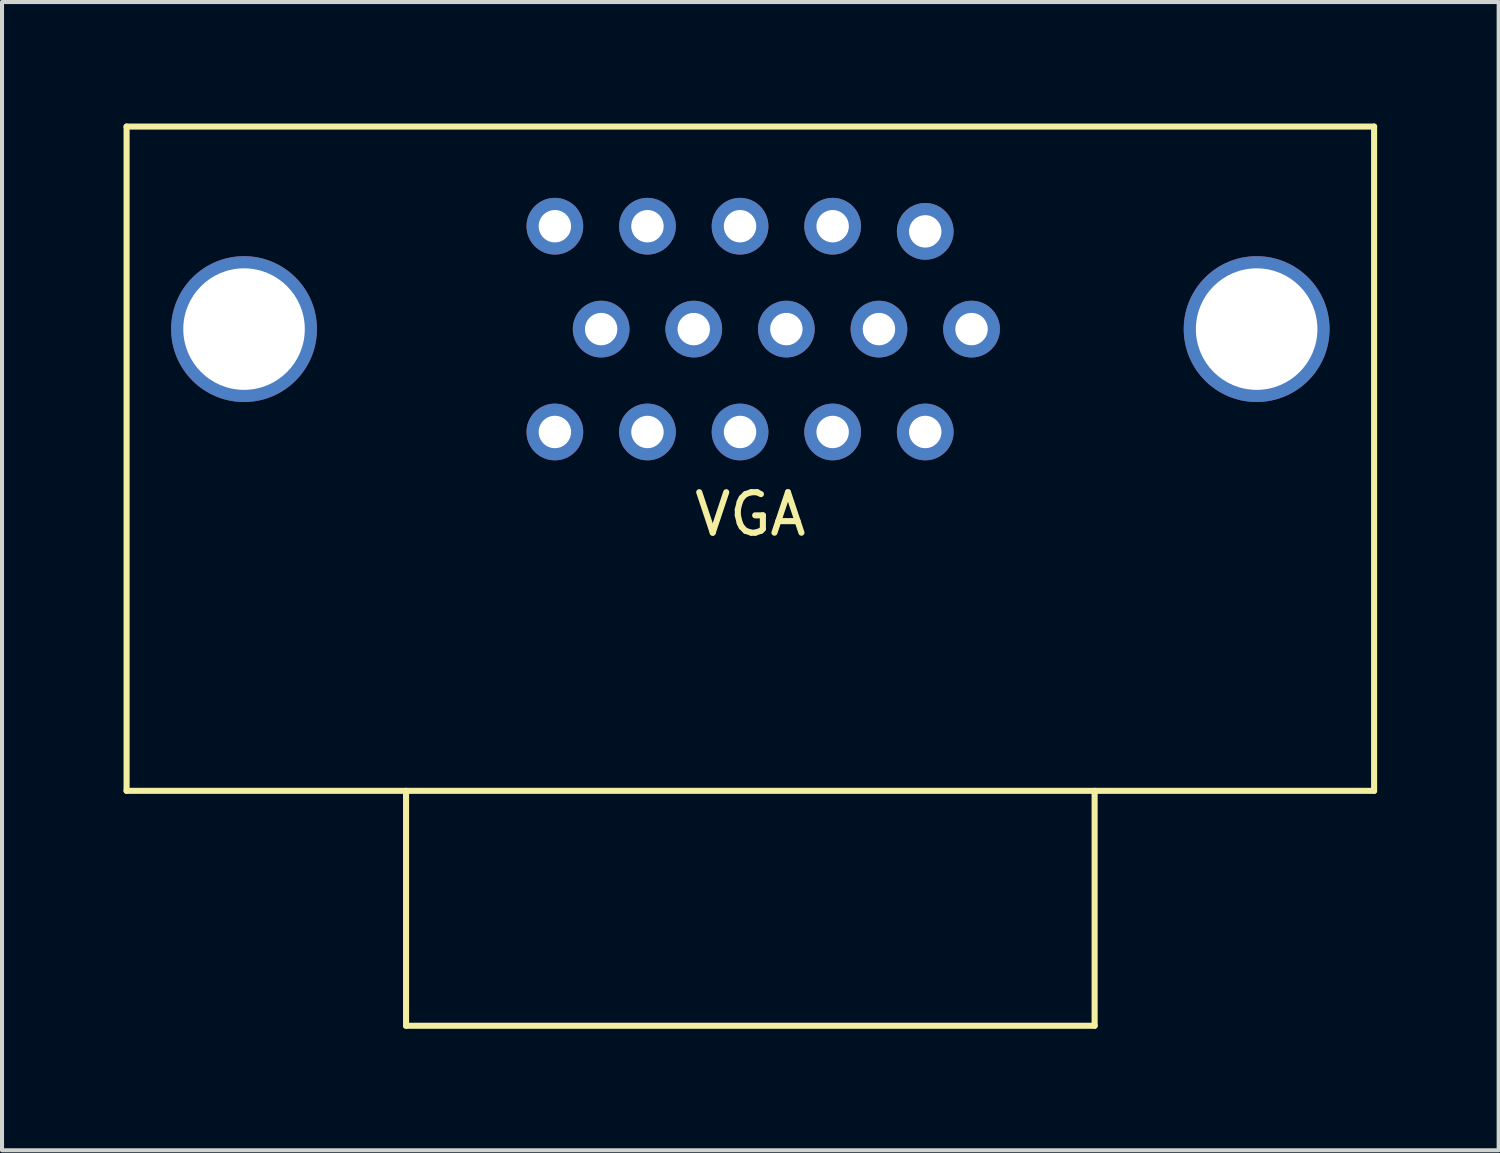
<source format=kicad_pcb>
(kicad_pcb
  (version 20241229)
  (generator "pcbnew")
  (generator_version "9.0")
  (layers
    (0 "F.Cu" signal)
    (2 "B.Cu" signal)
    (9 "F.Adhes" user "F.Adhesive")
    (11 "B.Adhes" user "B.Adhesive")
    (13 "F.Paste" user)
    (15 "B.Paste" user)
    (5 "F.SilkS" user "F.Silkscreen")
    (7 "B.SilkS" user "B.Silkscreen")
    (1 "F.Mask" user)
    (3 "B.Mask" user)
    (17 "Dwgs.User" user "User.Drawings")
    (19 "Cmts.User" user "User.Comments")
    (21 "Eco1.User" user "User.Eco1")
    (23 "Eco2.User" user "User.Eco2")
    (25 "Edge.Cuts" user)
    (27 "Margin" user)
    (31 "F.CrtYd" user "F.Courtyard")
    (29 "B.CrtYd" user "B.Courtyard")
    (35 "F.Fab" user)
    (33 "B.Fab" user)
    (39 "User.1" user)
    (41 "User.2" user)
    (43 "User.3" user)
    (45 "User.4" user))
  (footprint "VGA"
    (layer "F.Cu")
    (at 15.475 5.075)
    (property "Reference" "VGA" (at 0 4.572 0) (layer "F.SilkS") (effects (font (size 1 1) (thickness 0.15))))
    (attr through_hole)
    (fp_line (start -15.4 -5) (end 15.4 -5) (stroke (width 0.15) (type solid)) (layer "F.SilkS"))
    (fp_line (start -15.4 11.4) (end -15.4 -5) (stroke (width 0.15) (type solid)) (layer "F.SilkS"))
    (fp_line (start -8.5 11.4) (end -8.5 17.2) (stroke (width 0.15) (type solid)) (layer "F.SilkS"))
    (fp_line (start -8.5 17.2) (end 8.5 17.2) (stroke (width 0.15) (type solid)) (layer "F.SilkS"))
    (fp_line (start 8.5 17.2) (end 8.5 11.4) (stroke (width 0.15) (type solid)) (layer "F.SilkS"))
    (fp_line (start 15.4 -5) (end 15.4 11.4) (stroke (width 0.15) (type solid)) (layer "F.SilkS"))
    (fp_line (start 15.4 11.4) (end -15.4 11.4) (stroke (width 0.15) (type solid)) (layer "F.SilkS"))
    (pad "" thru_hole circle (at -12.5 0) (size 3.6 3.6) (drill 3) (layers "*.Cu" "*.Mask"))
    (pad "" thru_hole circle (at 12.5 0) (size 3.6 3.6) (drill 3) (layers "*.Cu" "*.Mask"))
    (pad "1" thru_hole circle (at 4.318 -2.413) (size 1.4 1.4) (drill 0.8) (layers "*.Cu" "*.Mask"))
    (pad "2" thru_hole circle (at 2.032 -2.54) (size 1.4 1.4) (drill 0.8) (layers "*.Cu" "*.Mask"))
    (pad "3" thru_hole circle (at -0.254 -2.54) (size 1.4 1.4) (drill 0.8) (layers "*.Cu" "*.Mask"))
    (pad "4" thru_hole circle (at -2.54 -2.54) (size 1.4 1.4) (drill 0.8) (layers "*.Cu" "*.Mask"))
    (pad "5" thru_hole circle (at -4.826 -2.54) (size 1.4 1.4) (drill 0.8) (layers "*.Cu" "*.Mask"))
    (pad "6" thru_hole circle (at 5.461 0) (size 1.4 1.4) (drill 0.8) (layers "*.Cu" "*.Mask"))
    (pad "7" thru_hole circle (at 3.175 0) (size 1.4 1.4) (drill 0.8) (layers "*.Cu" "*.Mask"))
    (pad "8" thru_hole circle (at 0.889 0) (size 1.4 1.4) (drill 0.8) (layers "*.Cu" "*.Mask"))
    (pad "9" thru_hole circle (at -1.397 0) (size 1.4 1.4) (drill 0.8) (layers "*.Cu" "*.Mask"))
    (pad "10" thru_hole circle (at -3.683 0) (size 1.4 1.4) (drill 0.8) (layers "*.Cu" "*.Mask"))
    (pad "11" thru_hole circle (at 4.318 2.54) (size 1.4 1.4) (drill 0.8) (layers "*.Cu" "*.Mask"))
    (pad "12" thru_hole circle (at 2.032 2.54) (size 1.4 1.4) (drill 0.8) (layers "*.Cu" "*.Mask"))
    (pad "13" thru_hole circle (at -0.254 2.54) (size 1.4 1.4) (drill 0.8) (layers "*.Cu" "*.Mask"))
    (pad "14" thru_hole circle (at -2.54 2.54) (size 1.4 1.4) (drill 0.8) (layers "*.Cu" "*.Mask"))
    (pad "15" thru_hole circle (at -4.826 2.54) (size 1.4 1.4) (drill 0.8) (layers "*.Cu" "*.Mask")))
  (gr_rect
    (start -3 -3)
    (end 33.95 25.35)
    (stroke (width 0.1) (type default))
    (fill no)
    (layer "Edge.Cuts")))
</source>
